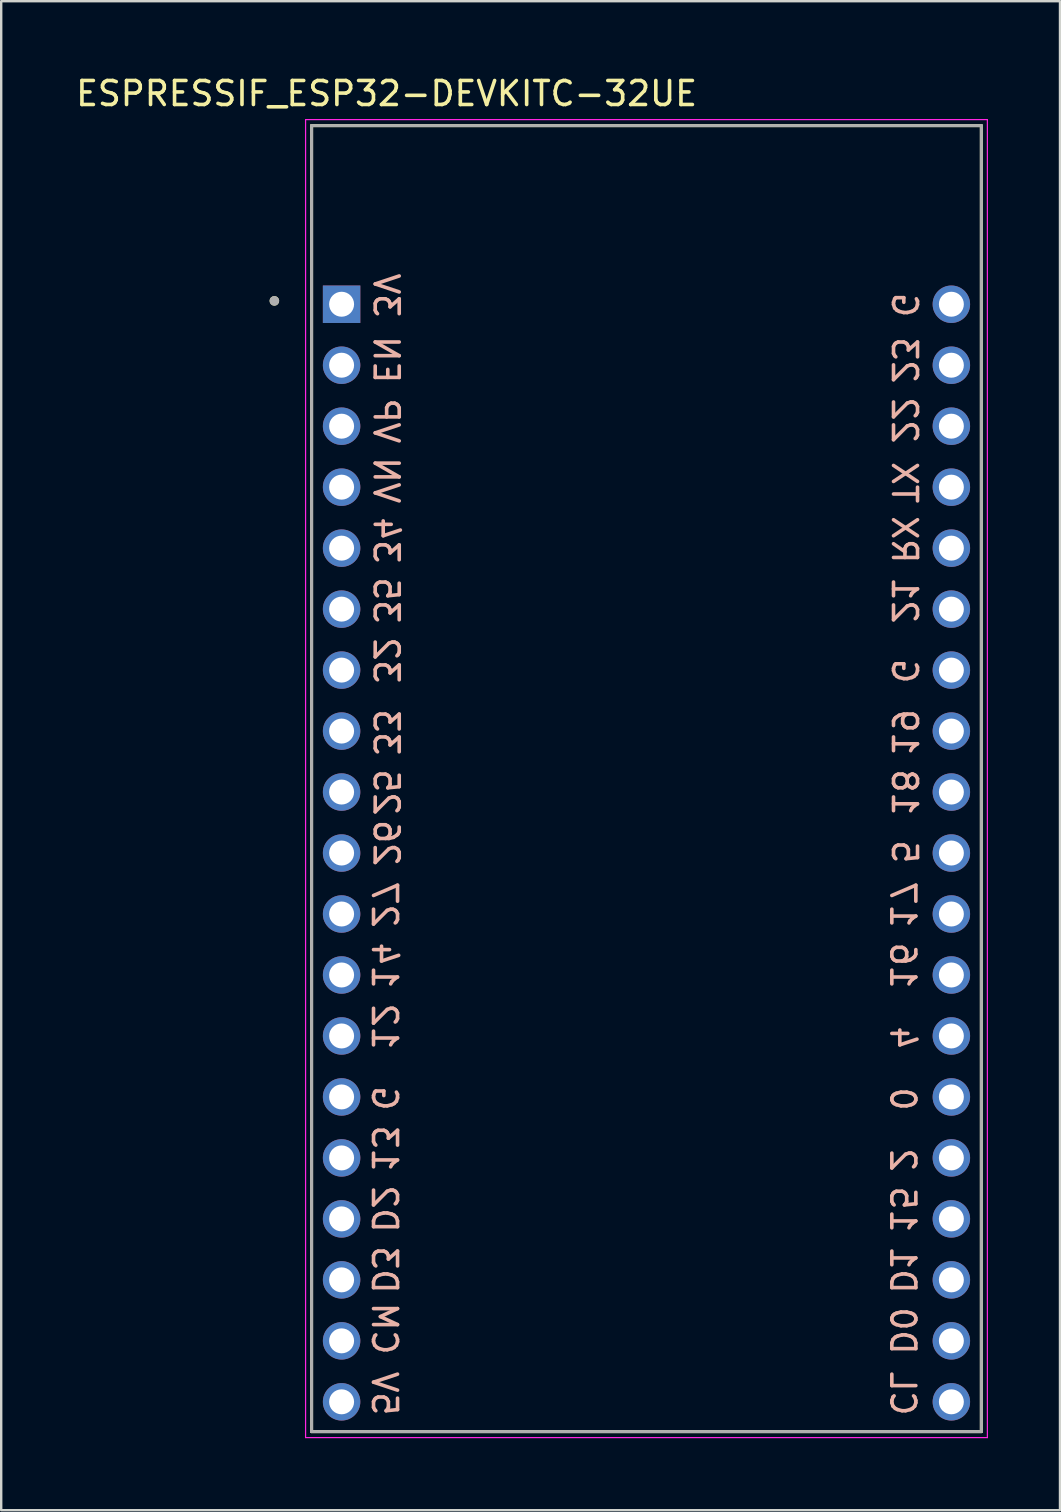
<source format=kicad_pcb>
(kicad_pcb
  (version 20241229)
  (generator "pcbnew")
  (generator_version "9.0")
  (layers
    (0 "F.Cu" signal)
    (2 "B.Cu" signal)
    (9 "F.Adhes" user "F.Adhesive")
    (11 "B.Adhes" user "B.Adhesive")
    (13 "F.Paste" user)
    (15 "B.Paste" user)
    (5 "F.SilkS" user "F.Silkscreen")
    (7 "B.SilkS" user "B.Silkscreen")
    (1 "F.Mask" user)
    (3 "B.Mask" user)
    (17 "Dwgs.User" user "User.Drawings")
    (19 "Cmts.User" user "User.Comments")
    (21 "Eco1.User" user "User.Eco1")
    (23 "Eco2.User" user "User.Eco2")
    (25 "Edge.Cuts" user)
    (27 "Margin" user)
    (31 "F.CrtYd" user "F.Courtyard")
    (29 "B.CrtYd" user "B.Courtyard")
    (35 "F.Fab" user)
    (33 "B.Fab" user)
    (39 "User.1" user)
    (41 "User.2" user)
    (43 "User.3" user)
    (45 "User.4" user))
  (footprint "ESPRESSIF_ESP32-DEVKITC-32UE"
    (layer "F.Cu")
    (at 23.879 32.483)
    (property "Reference" "ESPRESSIF_ESP32-DEVKITC-32UE" (at -10.825 -31.635 0) (layer "F.SilkS") (effects (font (size 1 1) (thickness 0.15))))
    (attr through_hole)
    (fp_line (start -13.95 -30.3) (end 13.95 -30.3) (stroke (width 0.127) (type solid)) (layer "F.SilkS"))
    (fp_line (start -13.95 24.1) (end -13.95 -30.3) (stroke (width 0.127) (type solid)) (layer "F.SilkS"))
    (fp_line (start 13.95 -30.3) (end 13.95 24.1) (stroke (width 0.127) (type solid)) (layer "F.SilkS"))
    (fp_line (start 13.95 24.1) (end -13.95 24.1) (stroke (width 0.127) (type solid)) (layer "F.SilkS"))
    (fp_circle (center -15.5 -23) (end -15.4 -23) (stroke (width 0.2) (type solid)) (fill no) (layer "F.SilkS"))
    (fp_line (start -14.2 -30.55) (end 14.2 -30.55) (stroke (width 0.05) (type solid)) (layer "F.CrtYd"))
    (fp_line (start -14.2 24.35) (end -14.2 -30.55) (stroke (width 0.05) (type solid)) (layer "F.CrtYd"))
    (fp_line (start 14.2 -30.55) (end 14.2 24.35) (stroke (width 0.05) (type solid)) (layer "F.CrtYd"))
    (fp_line (start 14.2 24.35) (end -14.2 24.35) (stroke (width 0.05) (type solid)) (layer "F.CrtYd"))
    (fp_line (start -13.95 -30.3) (end 13.95 -30.3) (stroke (width 0.127) (type solid)) (layer "F.Fab"))
    (fp_line (start -13.95 24.1) (end -13.95 -30.3) (stroke (width 0.127) (type solid)) (layer "F.Fab"))
    (fp_line (start 13.95 -30.3) (end 13.95 24.1) (stroke (width 0.127) (type solid)) (layer "F.Fab"))
    (fp_line (start 13.95 24.1) (end -13.95 24.1) (stroke (width 0.127) (type solid)) (layer "F.Fab"))
    (fp_circle (center -15.5 -23) (end -15.4 -23) (stroke (width 0.2) (type solid)) (fill no) (layer "F.Fab"))
    (fp_text user "D3" (at -11.5 18.44 270) (unlocked yes) (layer "B.SilkS") (effects (font (size 1 1) (thickness 0.15)) (justify left bottom mirror)))
    (fp_text user "CM" (at -11.5 20.98 270) (unlocked yes) (layer "B.SilkS") (effects (font (size 1 1) (thickness 0.15)) (justify left bottom mirror)))
    (fp_text user "EN" (at -11.43 -19.475 270) (unlocked yes) (layer "B.SilkS") (effects (font (size 1 1) (thickness 0.15)) (justify left bottom mirror)))
    (fp_text user "4" (at 10.09 8.28 270) (unlocked yes) (layer "B.SilkS") (effects (font (size 1 1) (thickness 0.15)) (justify left bottom mirror)))
    (fp_text user "3V" (at -11.43 -22.225 270) (unlocked yes) (layer "B.SilkS") (effects (font (size 1 1) (thickness 0.15)) (justify left bottom mirror)))
    (fp_text user "12" (at -11.5 8.28 270) (unlocked yes) (layer "B.SilkS") (effects (font (size 1 1) (thickness 0.15)) (justify left bottom mirror)))
    (fp_text user "TX" (at 10.16 -14.475 270) (unlocked yes) (layer "B.SilkS") (effects (font (size 1 1) (thickness 0.15)) (justify left bottom mirror)))
    (fp_text user "0" (at 10.09 10.82 270) (unlocked yes) (layer "B.SilkS") (effects (font (size 1 1) (thickness 0.15)) (justify left bottom mirror)))
    (fp_text user "23" (at 10.16 -19.475 270) (unlocked yes) (layer "B.SilkS") (effects (font (size 1 1) (thickness 0.15)) (justify left bottom mirror)))
    (fp_text user "14" (at -11.5 5.74 270) (unlocked yes) (layer "B.SilkS") (effects (font (size 1 1) (thickness 0.15)) (justify left bottom mirror)))
    (fp_text user "19" (at 10.16 -3.975 270) (unlocked yes) (layer "B.SilkS") (effects (font (size 1 1) (thickness 0.15)) (justify left bottom mirror)))
    (fp_text user "25" (at -11.43 -1.475 270) (unlocked yes) (layer "B.SilkS") (effects (font (size 1 1) (thickness 0.15)) (justify left bottom mirror)))
    (fp_text user "35" (at -11.43 -9.475 270) (unlocked yes) (layer "B.SilkS") (effects (font (size 1 1) (thickness 0.15)) (justify left bottom mirror)))
    (fp_text user "5" (at 10.16 0.525 270) (unlocked yes) (layer "B.SilkS") (effects (font (size 1 1) (thickness 0.15)) (justify left bottom mirror)))
    (fp_text user "26" (at -11.43 0.635 270) (unlocked yes) (layer "B.SilkS") (effects (font (size 1 1) (thickness 0.15)) (justify left bottom mirror)))
    (fp_text user "33" (at -11.43 -3.975 270) (unlocked yes) (layer "B.SilkS") (effects (font (size 1 1) (thickness 0.15)) (justify left bottom mirror)))
    (fp_text user "13" (at -11.5 13.36 270) (unlocked yes) (layer "B.SilkS") (effects (font (size 1 1) (thickness 0.15)) (justify left bottom mirror)))
    (fp_text user "CL" (at 10.09 23.52 270) (unlocked yes) (layer "B.SilkS") (effects (font (size 1 1) (thickness 0.15)) (justify left bottom mirror)))
    (fp_text user "34" (at -11.43 -11.975 270) (unlocked yes) (layer "B.SilkS") (effects (font (size 1 1) (thickness 0.15)) (justify left bottom mirror)))
    (fp_text user "D0" (at 10.09 20.98 270) (unlocked yes) (layer "B.SilkS") (effects (font (size 1 1) (thickness 0.15)) (justify left bottom mirror)))
    (fp_text user "21" (at 10.16 -9.475 270) (unlocked yes) (layer "B.SilkS") (effects (font (size 1 1) (thickness 0.15)) (justify left bottom mirror)))
    (fp_text user "G" (at 10.16 -6.975 270) (unlocked yes) (layer "B.SilkS") (effects (font (size 1 1) (thickness 0.15)) (justify left bottom mirror)))
    (fp_text user "32" (at -11.43 -6.975 270) (unlocked yes) (layer "B.SilkS") (effects (font (size 1 1) (thickness 0.15)) (justify left bottom mirror)))
    (fp_text user "D1" (at 10.09 18.44 270) (unlocked yes) (layer "B.SilkS") (effects (font (size 1 1) (thickness 0.15)) (justify left bottom mirror)))
    (fp_text user "RX" (at 10.16 -11.975 270) (unlocked yes) (layer "B.SilkS") (effects (font (size 1 1) (thickness 0.15)) (justify left bottom mirror)))
    (fp_text user "27" (at -11.5 3.2 270) (unlocked yes) (layer "B.SilkS") (effects (font (size 1 1) (thickness 0.15)) (justify left bottom mirror)))
    (fp_text user "18" (at 10.16 -1.475 270) (unlocked yes) (layer "B.SilkS") (effects (font (size 1 1) (thickness 0.15)) (justify left bottom mirror)))
    (fp_text user "22" (at 10.16 -16.975 270) (unlocked yes) (layer "B.SilkS") (effects (font (size 1 1) (thickness 0.15)) (justify left bottom mirror)))
    (fp_text user "G" (at 10.16 -22.225 270) (unlocked yes) (layer "B.SilkS") (effects (font (size 1 1) (thickness 0.15)) (justify left bottom mirror)))
    (fp_text user "15" (at 10.09 15.9 270) (unlocked yes) (layer "B.SilkS") (effects (font (size 1 1) (thickness 0.15)) (justify left bottom mirror)))
    (fp_text user "D2" (at -11.5 15.9 270) (unlocked yes) (layer "B.SilkS") (effects (font (size 1 1) (thickness 0.15)) (justify left bottom mirror)))
    (fp_text user "16" (at 10.09 5.74 270) (unlocked yes) (layer "B.SilkS") (effects (font (size 1 1) (thickness 0.15)) (justify left bottom mirror)))
    (fp_text user "VN" (at -11.43 -14.475 270) (unlocked yes) (layer "B.SilkS") (effects (font (size 1 1) (thickness 0.15)) (justify left bottom mirror)))
    (fp_text user "G" (at -11.5 10.82 270) (unlocked yes) (layer "B.SilkS") (effects (font (size 1 1) (thickness 0.15)) (justify left bottom mirror)))
    (fp_text user "5V" (at -11.5 23.52 270) (unlocked yes) (layer "B.SilkS") (effects (font (size 1 1) (thickness 0.15)) (justify left bottom mirror)))
    (fp_text user "17" (at 10.09 3.2 270) (unlocked yes) (layer "B.SilkS") (effects (font (size 1 1) (thickness 0.15)) (justify left bottom mirror)))
    (fp_text user "VP" (at -11.43 -16.975 270) (unlocked yes) (layer "B.SilkS") (effects (font (size 1 1) (thickness 0.15)) (justify left bottom mirror)))
    (fp_text user "2" (at 10.09 13.36 270) (unlocked yes) (layer "B.SilkS") (effects (font (size 1 1) (thickness 0.15)) (justify left bottom mirror)))
    (pad "1" thru_hole rect (at -12.7 -22.86) (size 1.56 1.56) (drill 1.04) (layers "*.Cu" "*.Mask"))
    (pad "2" thru_hole circle (at -12.7 -20.32) (size 1.56 1.56) (drill 1.04) (layers "*.Cu" "*.Mask"))
    (pad "3" thru_hole circle (at -12.7 -17.78) (size 1.56 1.56) (drill 1.04) (layers "*.Cu" "*.Mask"))
    (pad "4" thru_hole circle (at -12.7 -15.24) (size 1.56 1.56) (drill 1.04) (layers "*.Cu" "*.Mask"))
    (pad "5" thru_hole circle (at -12.7 -12.7) (size 1.56 1.56) (drill 1.04) (layers "*.Cu" "*.Mask"))
    (pad "6" thru_hole circle (at -12.7 -10.16) (size 1.56 1.56) (drill 1.04) (layers "*.Cu" "*.Mask"))
    (pad "7" thru_hole circle (at -12.7 -7.62) (size 1.56 1.56) (drill 1.04) (layers "*.Cu" "*.Mask"))
    (pad "8" thru_hole circle (at -12.7 -5.08) (size 1.56 1.56) (drill 1.04) (layers "*.Cu" "*.Mask"))
    (pad "9" thru_hole circle (at -12.7 -2.54) (size 1.56 1.56) (drill 1.04) (layers "*.Cu" "*.Mask"))
    (pad "10" thru_hole circle (at -12.7 0) (size 1.56 1.56) (drill 1.04) (layers "*.Cu" "*.Mask"))
    (pad "11" thru_hole circle (at -12.7 2.54) (size 1.56 1.56) (drill 1.04) (layers "*.Cu" "*.Mask"))
    (pad "12" thru_hole circle (at -12.7 5.08) (size 1.56 1.56) (drill 1.04) (layers "*.Cu" "*.Mask"))
    (pad "13" thru_hole circle (at -12.7 7.62) (size 1.56 1.56) (drill 1.04) (layers "*.Cu" "*.Mask"))
    (pad "14" thru_hole circle (at -12.7 10.16) (size 1.56 1.56) (drill 1.04) (layers "*.Cu" "*.Mask"))
    (pad "15" thru_hole circle (at -12.7 12.7) (size 1.56 1.56) (drill 1.04) (layers "*.Cu" "*.Mask"))
    (pad "16" thru_hole circle (at -12.7 15.24) (size 1.56 1.56) (drill 1.04) (layers "*.Cu" "*.Mask"))
    (pad "17" thru_hole circle (at -12.7 17.78) (size 1.56 1.56) (drill 1.04) (layers "*.Cu" "*.Mask"))
    (pad "18" thru_hole circle (at -12.7 20.32) (size 1.56 1.56) (drill 1.04) (layers "*.Cu" "*.Mask"))
    (pad "19" thru_hole circle (at -12.7 22.86) (size 1.56 1.56) (drill 1.04) (layers "*.Cu" "*.Mask"))
    (pad "20" thru_hole circle (at 12.7 -22.86) (size 1.56 1.56) (drill 1.04) (layers "*.Cu" "*.Mask"))
    (pad "21" thru_hole circle (at 12.7 -20.32) (size 1.56 1.56) (drill 1.04) (layers "*.Cu" "*.Mask"))
    (pad "22" thru_hole circle (at 12.7 -17.78) (size 1.56 1.56) (drill 1.04) (layers "*.Cu" "*.Mask"))
    (pad "23" thru_hole circle (at 12.7 -15.24) (size 1.56 1.56) (drill 1.04) (layers "*.Cu" "*.Mask"))
    (pad "24" thru_hole circle (at 12.7 -12.7) (size 1.56 1.56) (drill 1.04) (layers "*.Cu" "*.Mask"))
    (pad "25" thru_hole circle (at 12.7 -10.16) (size 1.56 1.56) (drill 1.04) (layers "*.Cu" "*.Mask"))
    (pad "26" thru_hole circle (at 12.7 -7.62) (size 1.56 1.56) (drill 1.04) (layers "*.Cu" "*.Mask"))
    (pad "27" thru_hole circle (at 12.7 -5.08) (size 1.56 1.56) (drill 1.04) (layers "*.Cu" "*.Mask"))
    (pad "28" thru_hole circle (at 12.7 -2.54) (size 1.56 1.56) (drill 1.04) (layers "*.Cu" "*.Mask"))
    (pad "29" thru_hole circle (at 12.7 0) (size 1.56 1.56) (drill 1.04) (layers "*.Cu" "*.Mask"))
    (pad "30" thru_hole circle (at 12.7 2.54) (size 1.56 1.56) (drill 1.04) (layers "*.Cu" "*.Mask"))
    (pad "31" thru_hole circle (at 12.7 5.08) (size 1.56 1.56) (drill 1.04) (layers "*.Cu" "*.Mask"))
    (pad "32" thru_hole circle (at 12.7 7.62) (size 1.56 1.56) (drill 1.04) (layers "*.Cu" "*.Mask"))
    (pad "33" thru_hole circle (at 12.7 10.16) (size 1.56 1.56) (drill 1.04) (layers "*.Cu" "*.Mask"))
    (pad "34" thru_hole circle (at 12.7 12.7) (size 1.56 1.56) (drill 1.04) (layers "*.Cu" "*.Mask"))
    (pad "35" thru_hole circle (at 12.7 15.24) (size 1.56 1.56) (drill 1.04) (layers "*.Cu" "*.Mask"))
    (pad "36" thru_hole circle (at 12.7 17.78) (size 1.56 1.56) (drill 1.04) (layers "*.Cu" "*.Mask"))
    (pad "37" thru_hole circle (at 12.7 20.32) (size 1.56 1.56) (drill 1.04) (layers "*.Cu" "*.Mask"))
    (pad "38" thru_hole circle (at 12.7 22.86) (size 1.56 1.56) (drill 1.04) (layers "*.Cu" "*.Mask")))
  (gr_rect
    (start -3 -3)
    (end 41.104 59.858)
    (stroke (width 0.1) (type default))
    (fill no)
    (layer "Edge.Cuts")))
</source>
